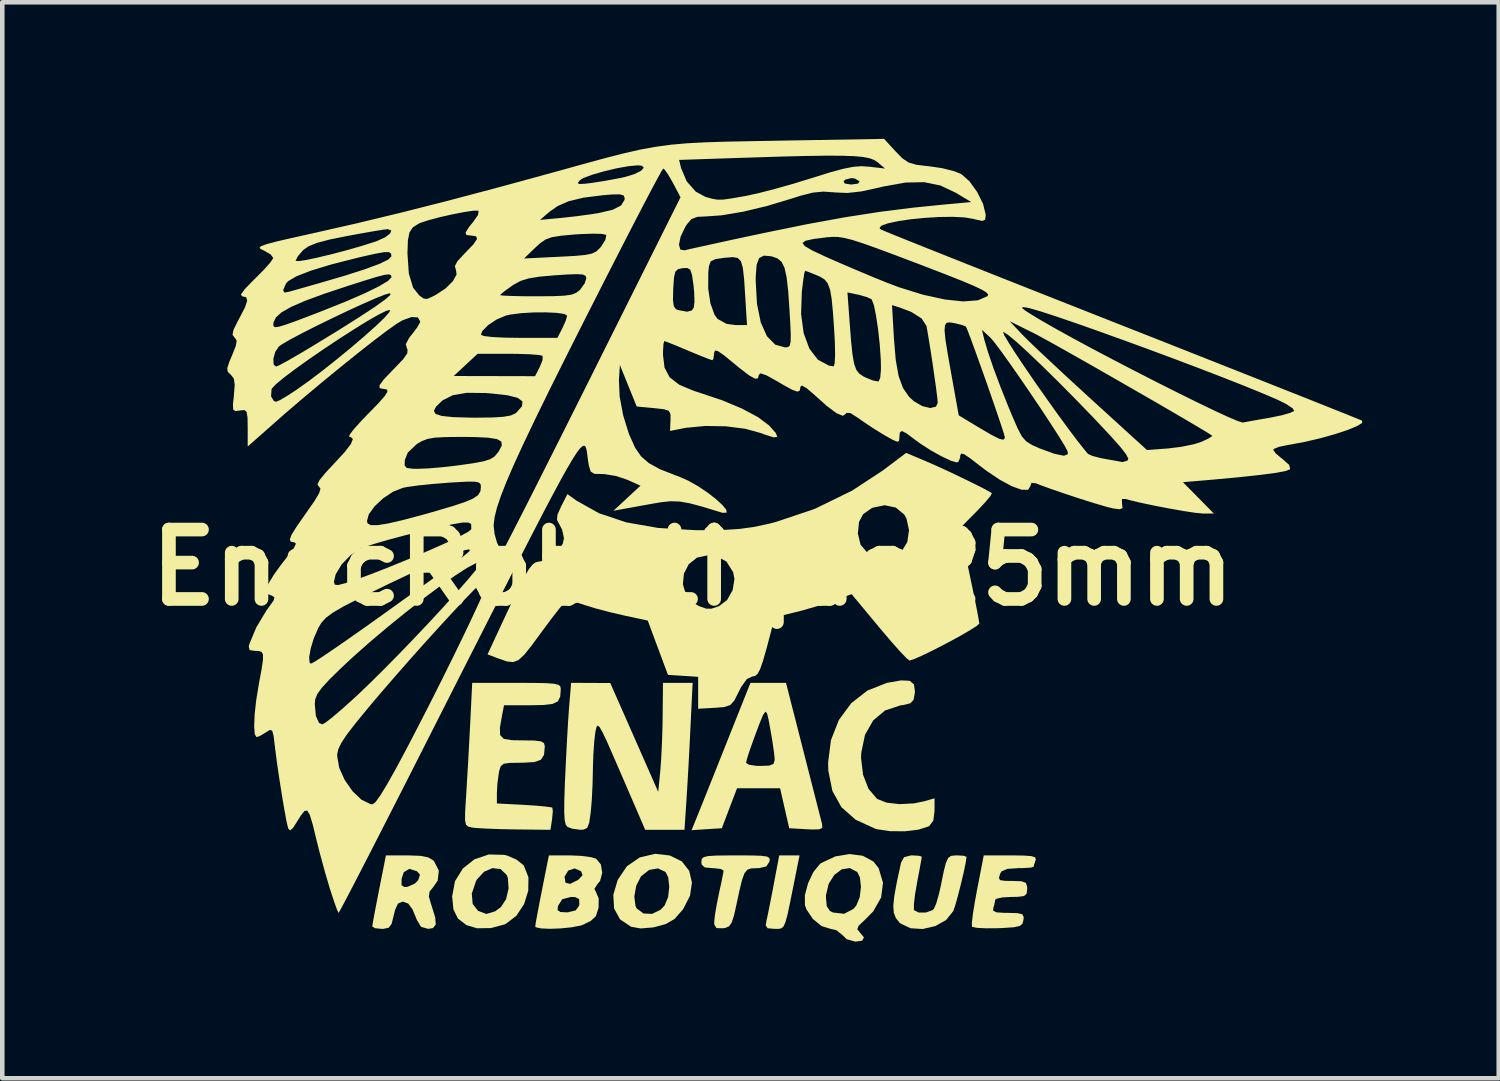
<source format=kicad_pcb>
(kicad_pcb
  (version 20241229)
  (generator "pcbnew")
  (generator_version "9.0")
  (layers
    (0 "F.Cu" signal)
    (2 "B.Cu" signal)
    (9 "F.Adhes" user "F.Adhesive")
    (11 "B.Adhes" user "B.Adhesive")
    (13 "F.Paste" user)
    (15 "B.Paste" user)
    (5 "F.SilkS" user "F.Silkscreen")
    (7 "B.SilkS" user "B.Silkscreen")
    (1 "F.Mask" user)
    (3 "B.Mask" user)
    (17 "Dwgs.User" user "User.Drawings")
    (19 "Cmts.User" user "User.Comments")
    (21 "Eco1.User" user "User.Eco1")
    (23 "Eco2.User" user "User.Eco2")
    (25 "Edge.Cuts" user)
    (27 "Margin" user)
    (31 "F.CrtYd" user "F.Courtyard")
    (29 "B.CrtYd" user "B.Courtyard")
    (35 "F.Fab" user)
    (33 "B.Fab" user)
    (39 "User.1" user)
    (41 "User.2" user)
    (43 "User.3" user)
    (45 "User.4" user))
  (footprint "EnacRobotique25mm"
    (layer "F.Cu")
    (at 14.388 8.79)
    (property "Reference" "EnacRobotique25mm" (at -2.225 0.625 0) (layer "F.SilkS") (effects (font (size 1.524 1.524) (thickness 0.3))))
    (attr board_only exclude_from_pos_files exclude_from_bom)
    (fp_poly (pts (xy -0.008 7.595) (xy -0.085 7.977) (xy -0.141 8.242) (xy -0.187 8.412) (xy -0.23 8.508) (xy -0.28 8.55) (xy -0.347 8.561) (xy -0.43 8.56) (xy -0.578 8.547) (xy -0.621 8.486) (xy -0.608 8.402) (xy -0.579 8.265) (xy -0.531 8.03) (xy -0.474 7.739) (xy -0.447 7.595) (xy -0.324 6.946) (xy 0.122 6.946)) (stroke (width 0) (type solid)) (fill yes) (layer "F.SilkS"))
    (fp_poly (pts (xy -2.725 6.949) (xy -2.463 7.079) (xy -2.301 7.286) (xy -2.241 7.545) (xy -2.284 7.833) (xy -2.433 8.126) (xy -2.622 8.342) (xy -2.818 8.455) (xy -3.086 8.528) (xy -3.364 8.551) (xy -3.578 8.514) (xy -3.819 8.352) (xy -3.951 8.113) (xy -3.966 7.85) (xy -3.507 7.85) (xy -3.481 8.057) (xy -3.455 8.111) (xy -3.308 8.222) (xy -3.117 8.231) (xy -2.93 8.141) (xy -2.84 8.045) (xy -2.766 7.864) (xy -2.739 7.638) (xy -2.762 7.43) (xy -2.821 7.311) (xy -2.987 7.232) (xy -3.181 7.266) (xy -3.358 7.405) (xy -3.363 7.412) (xy -3.465 7.614) (xy -3.507 7.85) (xy -3.966 7.85) (xy -3.968 7.813) (xy -3.872 7.486) (xy -3.67 7.185) (xy -3.387 6.991) (xy -3.049 6.912)) (stroke (width 0) (type solid)) (fill yes) (layer "F.SilkS"))
    (fp_poly (pts (xy -6.36 6.935) (xy -6.297 6.951) (xy -6.096 7.038) (xy -5.944 7.159) (xy -5.931 7.175) (xy -5.832 7.429) (xy -5.836 7.723) (xy -5.928 8.017) (xy -6.097 8.273) (xy -6.328 8.449) (xy -6.358 8.463) (xy -6.66 8.543) (xy -6.962 8.547) (xy -7.192 8.479) (xy -7.381 8.334) (xy -7.479 8.135) (xy -7.508 7.848) (xy -7.496 7.785) (xy -7.076 7.785) (xy -7.057 8.013) (xy -6.938 8.165) (xy -6.755 8.233) (xy -6.562 8.174) (xy -6.439 8.084) (xy -6.323 7.908) (xy -6.268 7.671) (xy -6.284 7.442) (xy -6.311 7.375) (xy -6.444 7.247) (xy -6.621 7.226) (xy -6.806 7.305) (xy -6.963 7.475) (xy -6.984 7.513) (xy -7.076 7.785) (xy -7.496 7.785) (xy -7.445 7.512) (xy -7.272 7.234) (xy -7.017 7.032) (xy -6.704 6.926)) (stroke (width 0) (type solid)) (fill yes) (layer "F.SilkS"))
    (fp_poly (pts (xy -0.935 6.948) (xy -0.717 6.955) (xy -0.593 6.972) (xy -0.54 7.004) (xy -0.534 7.055) (xy -0.541 7.087) (xy -0.608 7.189) (xy -0.762 7.226) (xy -0.817 7.227) (xy -0.939 7.232) (xy -1.025 7.261) (xy -1.088 7.34) (xy -1.143 7.491) (xy -1.202 7.739) (xy -1.255 7.986) (xy -1.315 8.257) (xy -1.367 8.42) (xy -1.425 8.504) (xy -1.507 8.539) (xy -1.561 8.547) (xy -1.701 8.544) (xy -1.749 8.469) (xy -1.752 8.407) (xy -1.736 8.255) (xy -1.696 8.02) (xy -1.649 7.788) (xy -1.597 7.549) (xy -1.56 7.365) (xy -1.546 7.28) (xy -1.606 7.245) (xy -1.757 7.228) (xy -1.789 7.227) (xy -1.958 7.211) (xy -2.027 7.15) (xy -2.035 7.087) (xy -2.026 7.025) (xy -1.983 6.985) (xy -1.881 6.961) (xy -1.697 6.95) (xy -1.405 6.947) (xy -1.27 6.946)) (stroke (width 0) (type solid)) (fill yes) (layer "F.SilkS"))
    (fp_poly (pts (xy 2.54 3.112) (xy 2.635 3.19) (xy 2.656 3.344) (xy 2.653 3.385) (xy 2.626 3.531) (xy 2.555 3.606) (xy 2.398 3.644) (xy 2.334 3.653) (xy 2.001 3.763) (xy 1.739 3.983) (xy 1.56 4.297) (xy 1.478 4.689) (xy 1.473 4.806) (xy 1.517 5.175) (xy 1.637 5.485) (xy 1.82 5.7) (xy 1.833 5.709) (xy 2.036 5.789) (xy 2.321 5.821) (xy 2.637 5.804) (xy 2.86 5.758) (xy 3.087 5.693) (xy 3.087 5.967) (xy 3.06 6.183) (xy 2.971 6.301) (xy 2.954 6.311) (xy 2.732 6.382) (xy 2.432 6.417) (xy 2.112 6.415) (xy 1.829 6.373) (xy 1.778 6.358) (xy 1.352 6.162) (xy 1.041 5.887) (xy 0.843 5.53) (xy 0.754 5.085) (xy 0.749 4.91) (xy 0.812 4.414) (xy 0.986 3.972) (xy 1.258 3.603) (xy 1.613 3.326) (xy 2.039 3.158) (xy 2.055 3.155) (xy 2.353 3.103)) (stroke (width 0) (type solid)) (fill yes) (layer "F.SilkS"))
    (fp_poly (pts (xy 1.512 6.955) (xy 1.744 7.081) (xy 1.859 7.226) (xy 1.955 7.549) (xy 1.914 7.87) (xy 1.74 8.177) (xy 1.549 8.37) (xy 1.419 8.492) (xy 1.39 8.569) (xy 1.441 8.632) (xy 1.536 8.747) (xy 1.498 8.819) (xy 1.35 8.841) (xy 1.156 8.787) (xy 1.069 8.701) (xy 0.928 8.587) (xy 0.803 8.56) (xy 0.606 8.499) (xy 0.416 8.344) (xy 0.275 8.135) (xy 0.24 8.037) (xy 0.239 7.87) (xy 0.702 7.87) (xy 0.72 8.064) (xy 0.788 8.166) (xy 0.857 8.201) (xy 1.1 8.229) (xy 1.303 8.124) (xy 1.37 8.045) (xy 1.444 7.864) (xy 1.471 7.638) (xy 1.448 7.43) (xy 1.389 7.311) (xy 1.224 7.225) (xy 1.048 7.253) (xy 0.885 7.375) (xy 0.762 7.571) (xy 0.703 7.819) (xy 0.702 7.87) (xy 0.239 7.87) (xy 0.239 7.82) (xy 0.309 7.559) (xy 0.426 7.311) (xy 0.57 7.135) (xy 0.595 7.116) (xy 0.905 6.97) (xy 1.221 6.917)) (stroke (width 0) (type solid)) (fill yes) (layer "F.SilkS"))
    (fp_poly (pts (xy 3.729 6.955) (xy 3.789 6.977) (xy 3.772 7.104) (xy 3.727 7.32) (xy 3.665 7.581) (xy 3.599 7.841) (xy 3.538 8.055) (xy 3.498 8.17) (xy 3.341 8.365) (xy 3.104 8.499) (xy 2.829 8.563) (xy 2.561 8.547) (xy 2.341 8.443) (xy 2.315 8.42) (xy 2.238 8.324) (xy 2.193 8.21) (xy 2.181 8.054) (xy 2.204 7.833) (xy 2.261 7.523) (xy 2.352 7.104) (xy 2.418 6.986) (xy 2.566 6.947) (xy 2.597 6.946) (xy 2.745 6.955) (xy 2.807 6.975) (xy 2.807 6.975) (xy 2.794 7.053) (xy 2.762 7.233) (xy 2.715 7.481) (xy 2.703 7.546) (xy 2.658 7.809) (xy 2.634 8.019) (xy 2.633 8.138) (xy 2.637 8.149) (xy 2.739 8.202) (xy 2.897 8.201) (xy 3.038 8.151) (xy 3.071 8.122) (xy 3.122 8.009) (xy 3.181 7.806) (xy 3.225 7.613) (xy 3.287 7.306) (xy 3.336 7.112) (xy 3.385 7.004) (xy 3.449 6.958) (xy 3.542 6.947) (xy 3.583 6.946)) (stroke (width 0) (type solid)) (fill yes) (layer "F.SilkS"))
    (fp_poly (pts (xy -8.211 6.956) (xy -8.033 6.99) (xy -7.922 7.057) (xy -7.905 7.075) (xy -7.8 7.281) (xy -7.825 7.499) (xy -7.923 7.642) (xy -8.004 7.742) (xy -8.019 7.848) (xy -7.971 8.016) (xy -7.961 8.045) (xy -7.88 8.307) (xy -7.868 8.466) (xy -7.929 8.543) (xy -8.036 8.56) (xy -8.19 8.516) (xy -8.281 8.367) (xy -8.379 8.131) (xy -8.472 8.005) (xy -8.583 7.964) (xy -8.601 7.964) (xy -8.697 8.004) (xy -8.762 8.144) (xy -8.79 8.262) (xy -8.837 8.45) (xy -8.902 8.536) (xy -9.019 8.56) (xy -9.056 8.56) (xy -9.202 8.545) (xy -9.262 8.508) (xy -9.249 8.421) (xy -9.214 8.228) (xy -9.162 7.957) (xy -9.112 7.701) (xy -9.092 7.601) (xy -8.619 7.601) (xy -8.555 7.642) (xy -8.485 7.636) (xy -8.325 7.564) (xy -8.252 7.488) (xy -8.214 7.371) (xy -8.28 7.295) (xy -8.449 7.242) (xy -8.57 7.316) (xy -8.618 7.461) (xy -8.619 7.601) (xy -9.092 7.601) (xy -8.962 6.946) (xy -8.491 6.946)) (stroke (width 0) (type solid)) (fill yes) (layer "F.SilkS"))
    (fp_poly (pts (xy -0.566 3.158) (xy -0.175 3.158) (xy 0.206 4.649) (xy 0.319 5.092) (xy 0.422 5.495) (xy 0.509 5.835) (xy 0.574 6.091) (xy 0.612 6.241) (xy 0.618 6.266) (xy 0.621 6.339) (xy 0.561 6.373) (xy 0.41 6.378) (xy 0.272 6.372) (xy -0.105 6.35) (xy -0.305 5.473) (xy -1.251 5.473) (xy -1.418 5.911) (xy -1.585 6.35) (xy -1.918 6.371) (xy -2.25 6.393) (xy -2.155 6.161) (xy -2.101 6.027) (xy -2.004 5.786) (xy -1.874 5.461) (xy -1.72 5.076) (xy -1.656 4.914) (xy -1.052 4.914) (xy -0.99 4.955) (xy -0.831 4.979) (xy -0.737 4.982) (xy -0.542 4.974) (xy -0.45 4.938) (xy -0.425 4.856) (xy -0.425 4.824) (xy -0.44 4.676) (xy -0.474 4.442) (xy -0.52 4.175) (xy -0.56 3.954) (xy -0.593 3.824) (xy -0.629 3.79) (xy -0.679 3.862) (xy -0.756 4.047) (xy -0.87 4.353) (xy -0.902 4.441) (xy -0.982 4.666) (xy -1.036 4.839) (xy -1.052 4.914) (xy -1.656 4.914) (xy -1.552 4.654) (xy -1.508 4.543) (xy -0.956 3.157)) (stroke (width 0) (type solid)) (fill yes) (layer "F.SilkS"))
    (fp_poly (pts (xy -2.273 4.122) (xy -2.294 4.551) (xy -2.318 5) (xy -2.342 5.415) (xy -2.362 5.736) (xy -2.405 6.385) (xy -3.268 6.385) (xy -3.79 5.175) (xy -3.973 4.754) (xy -4.107 4.448) (xy -4.203 4.246) (xy -4.267 4.132) (xy -4.308 4.095) (xy -4.335 4.121) (xy -4.354 4.197) (xy -4.363 4.245) (xy -4.388 4.455) (xy -4.407 4.745) (xy -4.417 5.057) (xy -4.417 5.087) (xy -4.425 5.416) (xy -4.442 5.747) (xy -4.465 6.009) (xy -4.466 6.017) (xy -4.498 6.232) (xy -4.541 6.341) (xy -4.617 6.38) (xy -4.693 6.384) (xy -4.871 6.36) (xy -4.974 6.321) (xy -5.012 6.273) (xy -5.036 6.171) (xy -5.046 5.995) (xy -5.044 5.726) (xy -5.031 5.342) (xy -5.025 5.217) (xy -5.005 4.797) (xy -4.983 4.378) (xy -4.961 4.003) (xy -4.941 3.715) (xy -4.937 3.666) (xy -4.895 3.157) (xy -4.465 3.159) (xy -4.035 3.161) (xy -3.508 4.356) (xy -2.982 5.551) (xy -2.938 5.109) (xy -2.918 4.842) (xy -2.9 4.492) (xy -2.888 4.113) (xy -2.885 3.912) (xy -2.877 3.157) (xy -2.226 3.157)) (stroke (width 0) (type solid)) (fill yes) (layer "F.SilkS"))
    (fp_poly (pts (xy 5.046 6.95) (xy 5.218 6.963) (xy 5.299 6.991) (xy 5.311 7.038) (xy 5.305 7.057) (xy 5.268 7.169) (xy 5.262 7.198) (xy 5.199 7.215) (xy 5.038 7.225) (xy 4.919 7.227) (xy 4.684 7.243) (xy 4.561 7.296) (xy 4.533 7.338) (xy 4.501 7.44) (xy 4.525 7.49) (xy 4.637 7.506) (xy 4.806 7.508) (xy 5.001 7.515) (xy 5.094 7.551) (xy 5.121 7.636) (xy 5.122 7.683) (xy 5.111 7.787) (xy 5.053 7.839) (xy 4.912 7.857) (xy 4.771 7.859) (xy 4.571 7.87) (xy 4.444 7.9) (xy 4.42 7.923) (xy 4.397 8.041) (xy 4.378 8.098) (xy 4.375 8.164) (xy 4.45 8.198) (xy 4.63 8.209) (xy 4.698 8.209) (xy 4.91 8.215) (xy 5.015 8.24) (xy 5.045 8.301) (xy 5.039 8.367) (xy 5.017 8.448) (xy 4.957 8.497) (xy 4.83 8.525) (xy 4.606 8.54) (xy 4.479 8.546) (xy 4.219 8.548) (xy 4.018 8.538) (xy 3.914 8.516) (xy 3.908 8.51) (xy 3.907 8.423) (xy 3.93 8.228) (xy 3.974 7.958) (xy 4.021 7.701) (xy 4.168 6.946) (xy 4.758 6.946)) (stroke (width 0) (type solid)) (fill yes) (layer "F.SilkS"))
    (fp_poly (pts (xy -4.674 6.957) (xy -4.457 6.986) (xy -4.346 7.019) (xy -4.242 7.144) (xy -4.211 7.327) (xy -4.258 7.506) (xy -4.318 7.58) (xy -4.384 7.682) (xy -4.353 7.743) (xy -4.29 7.89) (xy -4.291 8.095) (xy -4.351 8.281) (xy -4.463 8.386) (xy -4.646 8.475) (xy -4.684 8.487) (xy -4.883 8.526) (xy -5.12 8.55) (xy -5.357 8.559) (xy -5.553 8.551) (xy -5.668 8.526) (xy -5.683 8.508) (xy -5.671 8.421) (xy -5.635 8.228) (xy -5.62 8.149) (xy -5.192 8.149) (xy -5.132 8.19) (xy -4.983 8.198) (xy -4.964 8.196) (xy -4.794 8.154) (xy -4.721 8.055) (xy -4.714 8.016) (xy -4.72 7.904) (xy -4.808 7.862) (xy -4.899 7.859) (xy -5.091 7.91) (xy -5.184 8.06) (xy -5.192 8.149) (xy -5.62 8.149) (xy -5.584 7.957) (xy -5.533 7.701) (xy -5.478 7.421) (xy -5.039 7.421) (xy -5.018 7.548) (xy -4.916 7.572) (xy -4.749 7.489) (xy -4.732 7.477) (xy -4.643 7.381) (xy -4.676 7.296) (xy -4.676 7.295) (xy -4.816 7.233) (xy -4.956 7.278) (xy -5.037 7.41) (xy -5.039 7.421) (xy -5.478 7.421) (xy -5.383 6.946) (xy -4.932 6.946)) (stroke (width 0) (type solid)) (fill yes) (layer "F.SilkS"))
    (fp_poly (pts (xy -5.708 3.159) (xy -5.44 3.164) (xy -5.269 3.177) (xy -5.173 3.2) (xy -5.131 3.237) (xy -5.122 3.29) (xy -5.122 3.292) (xy -5.134 3.458) (xy -5.185 3.563) (xy -5.303 3.62) (xy -5.512 3.644) (xy -5.787 3.649) (xy -6.368 3.649) (xy -6.411 3.868) (xy -6.459 4.141) (xy -6.454 4.305) (xy -6.372 4.388) (xy -6.192 4.417) (xy -5.964 4.42) (xy -5.705 4.424) (xy -5.557 4.442) (xy -5.49 4.481) (xy -5.473 4.551) (xy -5.473 4.555) (xy -5.49 4.738) (xy -5.558 4.846) (xy -5.707 4.897) (xy -5.964 4.912) (xy -5.998 4.912) (xy -6.238 4.915) (xy -6.374 4.934) (xy -6.44 4.987) (xy -6.473 5.088) (xy -6.482 5.131) (xy -6.514 5.371) (xy -6.525 5.578) (xy -6.525 5.806) (xy -5.93 5.837) (xy -5.656 5.855) (xy -5.442 5.875) (xy -5.321 5.893) (xy -5.307 5.899) (xy -5.297 5.982) (xy -5.312 6.142) (xy -5.314 6.157) (xy -5.349 6.385) (xy -6.13 6.376) (xy -6.464 6.369) (xy -6.76 6.358) (xy -6.981 6.345) (xy -7.078 6.334) (xy -7.156 6.314) (xy -7.203 6.272) (xy -7.224 6.179) (xy -7.223 6.007) (xy -7.207 5.729) (xy -7.202 5.66) (xy -7.182 5.327) (xy -7.157 4.909) (xy -7.133 4.463) (xy -7.113 4.087) (xy -7.067 3.157) (xy -6.095 3.157)) (stroke (width 0) (type solid)) (fill yes) (layer "F.SilkS"))
    (fp_poly (pts (xy 2.898 -1.71) (xy 3.126 -1.61) (xy 3.399 -1.485) (xy 3.686 -1.348) (xy 3.956 -1.216) (xy 4.176 -1.105) (xy 4.316 -1.028) (xy 4.346 -1.007) (xy 4.316 -0.948) (xy 4.207 -0.817) (xy 4.042 -0.64) (xy 4.01 -0.607) (xy 3.643 -0.236) (xy 3.856 0.77) (xy 3.932 1.132) (xy 3.996 1.447) (xy 4.043 1.689) (xy 4.067 1.831) (xy 4.07 1.854) (xy 4.011 1.909) (xy 3.856 2.007) (xy 3.633 2.136) (xy 3.372 2.277) (xy 3.103 2.417) (xy 2.856 2.538) (xy 2.659 2.627) (xy 2.543 2.666) (xy 2.535 2.666) (xy 2.471 2.615) (xy 2.336 2.475) (xy 2.15 2.266) (xy 1.929 2.007) (xy 1.871 1.938) (xy 1.266 1.209) (xy 0.826 1.368) (xy 0.515 1.471) (xy 0.18 1.568) (xy -0.018 1.617) (xy -0.245 1.673) (xy -0.374 1.732) (xy -0.444 1.826) (xy -0.493 1.984) (xy -0.495 1.993) (xy -0.599 2.39) (xy -0.679 2.669) (xy -0.742 2.852) (xy -0.798 2.958) (xy -0.854 3.006) (xy -0.915 3.017) (xy -1.035 3.073) (xy -1.16 3.248) (xy -1.212 3.35) (xy -1.31 3.545) (xy -1.401 3.646) (xy -1.535 3.689) (xy -1.737 3.705) (xy -2.105 3.726) (xy -2.105 3.025) (xy -2.437 3.003) (xy -2.768 2.982) (xy -2.99 2.386) (xy -3.212 1.789) (xy -3.733 1.677) (xy -4.047 1.604) (xy -4.361 1.521) (xy -4.595 1.449) (xy -4.798 1.383) (xy -4.943 1.341) (xy -4.982 1.333) (xy -5.038 1.387) (xy -5.159 1.532) (xy -5.327 1.749) (xy -5.525 2.015) (xy -5.543 2.039) (xy -5.763 2.339) (xy -5.925 2.541) (xy -6.051 2.657) (xy -6.168 2.701) (xy -6.299 2.688) (xy -6.47 2.63) (xy -6.555 2.598) (xy -6.73 2.532) (xy -6.428 1.88) (xy -6.214 1.423) (xy -6.049 1.079) (xy -6.003 0.989) (xy -2.44 0.989) (xy -2.375 1.214) (xy -2.216 1.398) (xy -2.08 1.474) (xy -1.927 1.528) (xy -1.812 1.528) (xy -1.652 1.475) (xy -1.65 1.474) (xy -1.469 1.338) (xy -1.347 1.12) (xy -1.308 0.875) (xy -1.336 0.728) (xy -1.483 0.493) (xy -1.705 0.373) (xy -1.88 0.353) (xy -2.131 0.407) (xy -2.312 0.553) (xy -2.417 0.758) (xy -2.44 0.989) (xy -6.003 0.989) (xy -5.923 0.831) (xy -5.825 0.664) (xy -5.746 0.563) (xy -5.677 0.511) (xy -5.607 0.493) (xy -5.574 0.491) (xy -5.38 0.432) (xy -5.198 0.286) (xy -5.077 0.099) (xy -5.052 -0.018) (xy -5.074 -0.122) (xy 1.403 -0.122) (xy 1.463 0.125) (xy 1.618 0.306) (xy 1.834 0.408) (xy 2.076 0.415) (xy 2.309 0.314) (xy 2.364 0.268) (xy 2.489 0.064) (xy 2.526 -0.195) (xy 2.471 -0.45) (xy 2.421 -0.54) (xy 2.236 -0.692) (xy 1.991 -0.744) (xy 1.731 -0.69) (xy 1.698 -0.674) (xy 1.518 -0.547) (xy 1.428 -0.378) (xy 1.403 -0.122) (xy -5.074 -0.122) (xy -5.094 -0.211) (xy -5.15 -0.318) (xy -5.205 -0.422) (xy -5.195 -0.536) (xy -5.116 -0.713) (xy -5.113 -0.72) (xy -4.976 -0.988) (xy -4.772 -0.842) (xy -4.28 -0.567) (xy -3.685 -0.368) (xy -2.982 -0.245) (xy -2.165 -0.196) (xy -2 -0.195) (xy -1.555 -0.201) (xy -1.201 -0.223) (xy -0.886 -0.266) (xy -0.561 -0.335) (xy -0.406 -0.374) (xy 0.455 -0.663) (xy 1.277 -1.065) (xy 1.951 -1.507) (xy 2.463 -1.893)) (stroke (width 0) (type solid)) (fill yes) (layer "F.SilkS"))
    (fp_poly (pts (xy 2.235 -8.511) (xy 2.384 -8.36) (xy 2.517 -8.271) (xy 2.684 -8.222) (xy 2.936 -8.191) (xy 2.972 -8.188) (xy 3.256 -8.146) (xy 3.515 -8.081) (xy 3.674 -8.017) (xy 3.852 -7.861) (xy 4.022 -7.625) (xy 4.152 -7.364) (xy 4.209 -7.132) (xy 4.21 -7.113) (xy 4.199 -7.016) (xy 4.139 -6.988) (xy 3.993 -7.018) (xy 3.947 -7.031) (xy 3.746 -7.065) (xy 3.483 -7.078) (xy 3.18 -7.074) (xy 2.863 -7.054) (xy 2.553 -7.023) (xy 2.276 -6.981) (xy 2.056 -6.933) (xy 1.915 -6.881) (xy 1.878 -6.827) (xy 1.909 -6.8) (xy 1.99 -6.765) (xy 2.192 -6.682) (xy 2.504 -6.556) (xy 2.917 -6.391) (xy 3.42 -6.191) (xy 4.003 -5.959) (xy 4.656 -5.7) (xy 5.369 -5.418) (xy 6.131 -5.117) (xy 6.934 -4.8) (xy 7.202 -4.694) (xy 8.015 -4.374) (xy 8.791 -4.067) (xy 9.52 -3.779) (xy 10.192 -3.513) (xy 10.797 -3.273) (xy 11.325 -3.064) (xy 11.766 -2.888) (xy 12.109 -2.751) (xy 12.346 -2.655) (xy 12.466 -2.606) (xy 12.478 -2.6) (xy 12.478 -2.551) (xy 12.364 -2.481) (xy 12.16 -2.397) (xy 11.888 -2.307) (xy 11.571 -2.218) (xy 11.233 -2.138) (xy 10.897 -2.075) (xy 10.845 -2.067) (xy 10.655 -2.027) (xy 10.541 -1.982) (xy 10.525 -1.961) (xy 10.577 -1.887) (xy 10.705 -1.776) (xy 10.741 -1.75) (xy 10.876 -1.628) (xy 10.898 -1.54) (xy 10.891 -1.531) (xy 10.797 -1.495) (xy 10.58 -1.454) (xy 10.237 -1.409) (xy 9.763 -1.358) (xy 9.154 -1.302) (xy 9.025 -1.291) (xy 8.543 -1.25) (xy 8.882 -0.906) (xy 9.222 -0.561) (xy 8.979 -0.562) (xy 8.817 -0.577) (xy 8.559 -0.616) (xy 8.245 -0.671) (xy 7.914 -0.735) (xy 7.607 -0.8) (xy 7.365 -0.858) (xy 7.286 -0.881) (xy 7.202 -0.881) (xy 7.204 -0.781) (xy 7.206 -0.775) (xy 7.216 -0.681) (xy 7.154 -0.655) (xy 7.007 -0.674) (xy 6.851 -0.713) (xy 6.6 -0.787) (xy 6.294 -0.883) (xy 5.97 -0.99) (xy 5.666 -1.094) (xy 5.42 -1.183) (xy 5.315 -1.225) (xy 5.215 -1.236) (xy 5.192 -1.164) (xy 5.141 -1.083) (xy 5 -1.084) (xy 4.787 -1.16) (xy 4.52 -1.304) (xy 4.218 -1.507) (xy 4.083 -1.61) (xy 3.867 -1.777) (xy 3.738 -1.864) (xy 3.673 -1.88) (xy 3.65 -1.834) (xy 3.649 -1.789) (xy 3.609 -1.696) (xy 3.576 -1.684) (xy 3.446 -1.721) (xy 3.243 -1.817) (xy 3.005 -1.949) (xy 2.775 -2.097) (xy 2.656 -2.184) (xy 2.471 -2.323) (xy 2.368 -2.374) (xy 2.324 -2.34) (xy 2.315 -2.239) (xy 2.309 -2.159) (xy 2.268 -2.138) (xy 2.165 -2.182) (xy 1.982 -2.285) (xy 1.737 -2.436) (xy 1.498 -2.596) (xy 1.409 -2.66) (xy 1.238 -2.769) (xy 1.151 -2.772) (xy 1.14 -2.754) (xy 1.074 -2.708) (xy 0.936 -2.764) (xy 0.721 -2.924) (xy 0.478 -3.142) (xy 0.283 -3.311) (xy 0.172 -3.374) (xy 0.14 -3.342) (xy 0.128 -3.262) (xy 0.075 -3.239) (xy -0.041 -3.28) (xy -0.241 -3.39) (xy -0.372 -3.468) (xy -0.603 -3.596) (xy -0.733 -3.641) (xy -0.772 -3.608) (xy -0.791 -3.53) (xy -0.858 -3.524) (xy -0.988 -3.598) (xy -1.197 -3.758) (xy -1.327 -3.865) (xy -1.54 -4.039) (xy -1.669 -4.128) (xy -1.734 -4.142) (xy -1.754 -4.092) (xy -1.754 -4.076) (xy -1.77 -3.958) (xy -1.793 -3.929) (xy -1.872 -3.955) (xy -2.045 -4.023) (xy -2.278 -4.119) (xy -2.327 -4.14) (xy -2.565 -4.24) (xy -2.749 -4.314) (xy -2.844 -4.349) (xy -2.849 -4.35) (xy -2.866 -4.288) (xy -2.876 -4.13) (xy -2.877 -4.044) (xy -2.843 -3.766) (xy -2.731 -3.554) (xy -2.52 -3.39) (xy -2.192 -3.253) (xy -2.083 -3.218) (xy -1.58 -3.05) (xy -1.141 -2.866) (xy -0.789 -2.678) (xy -0.551 -2.499) (xy -0.544 -2.492) (xy -0.399 -2.329) (xy -0.366 -2.244) (xy -0.449 -2.235) (xy -0.65 -2.299) (xy -0.719 -2.326) (xy -1.065 -2.422) (xy -1.492 -2.477) (xy -1.944 -2.485) (xy -2.368 -2.445) (xy -2.432 -2.433) (xy -2.723 -2.376) (xy -2.712 -2.609) (xy -2.712 -2.743) (xy -2.75 -2.817) (xy -2.86 -2.853) (xy -3.076 -2.877) (xy -3.078 -2.877) (xy -3.454 -2.912) (xy -3.824 -3.824) (xy -3.845 -3.49) (xy -3.829 -3.131) (xy -3.751 -2.716) (xy -3.624 -2.307) (xy -3.488 -2.004) (xy -3.36 -1.819) (xy -3.187 -1.668) (xy -2.941 -1.534) (xy -2.591 -1.396) (xy -2.526 -1.373) (xy -2.324 -1.285) (xy -2.11 -1.164) (xy -1.903 -1.025) (xy -1.718 -0.882) (xy -1.574 -0.75) (xy -1.488 -0.646) (xy -1.477 -0.583) (xy -1.559 -0.576) (xy -1.622 -0.593) (xy -2.004 -0.71) (xy -2.288 -0.786) (xy -2.511 -0.825) (xy -2.706 -0.832) (xy -2.911 -0.811) (xy -3.066 -0.785) (xy -3.344 -0.735) (xy -3.597 -0.689) (xy -3.754 -0.661) (xy -3.964 -0.623) (xy -3.668 -0.898) (xy -3.372 -1.173) (xy -3.663 -1.304) (xy -3.909 -1.386) (xy -4.16 -1.427) (xy -4.215 -1.429) (xy -4.382 -1.433) (xy -4.465 -1.483) (xy -4.506 -1.618) (xy -4.521 -1.711) (xy -4.535 -1.811) (xy -4.546 -1.902) (xy -4.56 -1.977) (xy -4.578 -2.029) (xy -4.606 -2.053) (xy -4.645 -2.042) (xy -4.7 -1.991) (xy -4.774 -1.894) (xy -4.87 -1.743) (xy -4.993 -1.534) (xy -5.145 -1.26) (xy -5.33 -0.915) (xy -5.552 -0.492) (xy -5.813 0.014) (xy -6.118 0.609) (xy -6.471 1.3) (xy -6.873 2.093) (xy -7.33 2.993) (xy -7.844 4.007) (xy -8.311 4.929) (xy -8.63 5.557) (xy -8.93 6.145) (xy -9.205 6.683) (xy -9.448 7.157) (xy -9.655 7.558) (xy -9.819 7.873) (xy -9.934 8.09) (xy -9.994 8.199) (xy -10.001 8.209) (xy -10.033 8.147) (xy -10.093 7.983) (xy -10.171 7.747) (xy -10.197 7.666) (xy -10.301 7.312) (xy -10.408 6.92) (xy -10.49 6.596) (xy -10.571 6.264) (xy -10.634 6.057) (xy -10.69 5.963) (xy -10.751 5.971) (xy -10.828 6.067) (xy -10.894 6.173) (xy -11.002 6.342) (xy -11.067 6.399) (xy -11.105 6.36) (xy -11.112 6.34) (xy -11.146 6.196) (xy -11.192 5.947) (xy -11.245 5.632) (xy -11.3 5.285) (xy -11.351 4.942) (xy -11.374 4.765) (xy -10.033 4.765) (xy -9.988 5.023) (xy -9.867 5.291) (xy -9.696 5.536) (xy -9.5 5.723) (xy -9.306 5.818) (xy -9.254 5.824) (xy -9.19 5.775) (xy -9.082 5.626) (xy -8.927 5.37) (xy -8.722 5.003) (xy -8.463 4.517) (xy -8.258 4.122) (xy -7.99 3.6) (xy -7.73 3.082) (xy -7.484 2.585) (xy -7.26 2.125) (xy -7.066 1.718) (xy -6.91 1.381) (xy -6.8 1.128) (xy -6.742 0.977) (xy -6.736 0.947) (xy -6.789 0.913) (xy -6.801 0.912) (xy -6.87 0.963) (xy -7.017 1.104) (xy -7.228 1.322) (xy -7.49 1.601) (xy -7.789 1.926) (xy -8.112 2.282) (xy -8.444 2.654) (xy -8.772 3.028) (xy -9.082 3.387) (xy -9.361 3.717) (xy -9.362 3.719) (xy -9.631 4.047) (xy -9.82 4.292) (xy -9.94 4.473) (xy -10.007 4.611) (xy -10.032 4.727) (xy -10.033 4.765) (xy -11.374 4.765) (xy -11.391 4.639) (xy -11.402 4.543) (xy -11.43 4.318) (xy -11.459 4.209) (xy -11.507 4.19) (xy -11.588 4.237) (xy -11.598 4.245) (xy -11.731 4.324) (xy -11.803 4.35) (xy -11.843 4.286) (xy -11.856 4.11) (xy -11.845 3.85) (xy -11.82 3.617) (xy -10.525 3.617) (xy -10.501 3.883) (xy -10.432 4.037) (xy -10.359 4.07) (xy -10.28 4.024) (xy -10.121 3.899) (xy -9.904 3.713) (xy -9.649 3.483) (xy -9.581 3.421) (xy -9.304 3.155) (xy -8.993 2.847) (xy -8.661 2.51) (xy -8.323 2.158) (xy -7.991 1.807) (xy -7.679 1.469) (xy -7.4 1.161) (xy -7.167 0.895) (xy -6.994 0.688) (xy -6.893 0.552) (xy -6.878 0.502) (xy -6.985 0.528) (xy -7.181 0.633) (xy -7.451 0.807) (xy -7.777 1.036) (xy -8.143 1.309) (xy -8.533 1.613) (xy -8.931 1.936) (xy -9.321 2.266) (xy -9.687 2.59) (xy -9.941 2.827) (xy -10.2 3.081) (xy -10.37 3.265) (xy -10.469 3.403) (xy -10.515 3.519) (xy -10.525 3.617) (xy -11.82 3.617) (xy -11.81 3.533) (xy -11.753 3.184) (xy -11.753 3.181) (xy -11.693 2.859) (xy -11.662 2.65) (xy -11.662 2.596) (xy -10.648 2.596) (xy -10.638 2.715) (xy -10.608 2.736) (xy -10.534 2.697) (xy -10.361 2.586) (xy -10.107 2.414) (xy -9.785 2.191) (xy -9.412 1.929) (xy -9.004 1.638) (xy -9.004 1.638) (xy -8.483 1.264) (xy -8.066 0.965) (xy -7.741 0.73) (xy -7.498 0.553) (xy -7.324 0.425) (xy -7.211 0.337) (xy -7.146 0.282) (xy -7.12 0.251) (xy -7.12 0.236) (xy -7.137 0.229) (xy -7.147 0.226) (xy -7.238 0.245) (xy -7.436 0.32) (xy -7.723 0.441) (xy -8.081 0.6) (xy -8.492 0.79) (xy -8.937 1.001) (xy -9.399 1.227) (xy -9.559 1.306) (xy -9.892 1.478) (xy -10.123 1.612) (xy -10.277 1.725) (xy -10.379 1.837) (xy -10.447 1.95) (xy -10.546 2.178) (xy -10.615 2.405) (xy -10.648 2.596) (xy -11.662 2.596) (xy -11.663 2.529) (xy -11.698 2.473) (xy -11.771 2.457) (xy -11.828 2.456) (xy -11.955 2.438) (xy -11.975 2.359) (xy -11.959 2.298) (xy -11.809 1.939) (xy -11.588 1.57) (xy -11.534 1.496) (xy -11.431 1.351) (xy -11.41 1.279) (xy -11.466 1.242) (xy -11.507 1.228) (xy -11.595 1.189) (xy -11.606 1.124) (xy -11.546 0.987) (xy -11.532 0.96) (xy -11.516 0.935) (xy -10.104 0.935) (xy -10.088 0.999) (xy -10.019 1.01) (xy -9.86 0.97) (xy -9.806 0.953) (xy -9.597 0.882) (xy -9.312 0.778) (xy -9.008 0.66) (xy -8.946 0.636) (xy -8.444 0.431) (xy -7.999 0.242) (xy -7.626 0.076) (xy -7.34 -0.06) (xy -7.156 -0.16) (xy -7.087 -0.217) (xy -7.087 -0.218) (xy -7.089 -0.289) (xy -6.596 -0.289) (xy -6.575 -0.11) (xy -6.525 0.07) (xy -6.461 0.205) (xy -6.401 0.252) (xy -6.392 0.249) (xy -6.354 0.183) (xy -6.259 0.002) (xy -6.113 -0.283) (xy -5.92 -0.661) (xy -5.687 -1.121) (xy -5.419 -1.653) (xy -5.121 -2.245) (xy -4.799 -2.888) (xy -4.458 -3.569) (xy -4.421 -3.644) (xy -3.618 -5.252) (xy -2.658 -5.252) (xy -2.64 -5.114) (xy -2.592 -5.049) (xy -2.547 -5.031) (xy -2.35 -4.994) (xy -2.244 -5.021) (xy -2.2 -5.088) (xy -2.186 -5.214) (xy -2.192 -5.424) (xy -2.2 -5.502) (xy -1.884 -5.502) (xy -1.836 -5.18) (xy -1.747 -4.931) (xy -1.679 -4.836) (xy -1.482 -4.728) (xy -1.288 -4.701) (xy -1.032 -4.701) (xy -1.072 -5.35) (xy -1.093 -5.675) (xy -0.841 -5.675) (xy -0.813 -5.169) (xy -0.73 -4.759) (xy -0.595 -4.457) (xy -0.412 -4.271) (xy -0.196 -4.21) (xy -0.134 -4.216) (xy -0.094 -4.249) (xy -0.074 -4.333) (xy -0.071 -4.492) (xy -0.082 -4.749) (xy -0.094 -4.944) (xy 0.156 -4.944) (xy 0.213 -4.522) (xy 0.338 -4.183) (xy 0.524 -3.941) (xy 0.766 -3.81) (xy 0.87 -3.793) (xy 0.893 -3.857) (xy 0.903 -4.038) (xy 0.898 -4.312) (xy 0.886 -4.543) (xy 0.857 -4.965) (xy 0.828 -5.269) (xy 0.803 -5.418) (xy 1.174 -5.418) (xy 1.222 -4.761) (xy 1.254 -4.348) (xy 1.285 -4.052) (xy 1.321 -3.85) (xy 1.369 -3.717) (xy 1.436 -3.632) (xy 1.528 -3.571) (xy 1.568 -3.551) (xy 1.735 -3.483) (xy 1.852 -3.462) (xy 1.859 -3.464) (xy 1.894 -3.541) (xy 1.91 -3.724) (xy 1.907 -3.936) (xy 1.883 -4.28) (xy 1.846 -4.616) (xy 1.801 -4.912) (xy 1.755 -5.137) (xy 1.754 -5.139) (xy 2.153 -5.139) (xy 2.195 -4.402) (xy 2.235 -3.933) (xy 2.298 -3.58) (xy 2.394 -3.318) (xy 2.528 -3.124) (xy 2.632 -3.029) (xy 2.819 -2.92) (xy 2.993 -2.879) (xy 3.118 -2.908) (xy 3.157 -2.991) (xy 3.147 -3.106) (xy 3.12 -3.322) (xy 3.08 -3.604) (xy 3.035 -3.916) (xy 2.988 -4.22) (xy 2.945 -4.481) (xy 2.927 -4.585) (xy 3.307 -4.585) (xy 3.325 -4.391) (xy 3.371 -4.099) (xy 3.443 -3.692) (xy 3.462 -3.587) (xy 3.618 -2.718) (xy 4.067 -2.447) (xy 4.335 -2.29) (xy 4.505 -2.204) (xy 4.597 -2.182) (xy 4.63 -2.217) (xy 4.631 -2.235) (xy 4.609 -2.319) (xy 4.548 -2.507) (xy 4.458 -2.775) (xy 4.348 -3.095) (xy 4.227 -3.442) (xy 4.104 -3.789) (xy 3.988 -4.111) (xy 3.889 -4.382) (xy 3.816 -4.575) (xy 3.807 -4.596) (xy 4.128 -4.596) (xy 4.179 -4.385) (xy 4.255 -4.126) (xy 4.375 -3.772) (xy 4.529 -3.359) (xy 4.704 -2.919) (xy 4.794 -2.703) (xy 4.912 -2.431) (xy 5.005 -2.256) (xy 5.102 -2.145) (xy 5.231 -2.065) (xy 5.409 -1.987) (xy 5.725 -1.872) (xy 5.928 -1.831) (xy 6.015 -1.864) (xy 6.01 -1.926) (xy 5.946 -2.047) (xy 5.817 -2.258) (xy 5.637 -2.537) (xy 5.424 -2.861) (xy 5.192 -3.205) (xy 4.958 -3.547) (xy 4.737 -3.863) (xy 4.546 -4.13) (xy 4.4 -4.324) (xy 4.318 -4.42) (xy 4.182 -4.546) (xy 4.593 -4.546) (xy 4.618 -4.478) (xy 4.713 -4.317) (xy 4.864 -4.081) (xy 5.059 -3.79) (xy 5.283 -3.462) (xy 5.524 -3.119) (xy 5.767 -2.777) (xy 6.001 -2.457) (xy 6.21 -2.178) (xy 6.383 -1.959) (xy 6.456 -1.872) (xy 6.55 -1.828) (xy 6.732 -1.78) (xy 6.849 -1.758) (xy 7.048 -1.723) (xy 7.178 -1.699) (xy 7.204 -1.692) (xy 7.269 -1.706) (xy 7.326 -1.726) (xy 7.342 -1.769) (xy 7.291 -1.866) (xy 7.165 -2.028) (xy 6.955 -2.264) (xy 6.654 -2.585) (xy 6.553 -2.691) (xy 6.162 -3.095) (xy 5.788 -3.472) (xy 5.443 -3.811) (xy 5.141 -4.099) (xy 4.893 -4.326) (xy 4.711 -4.478) (xy 4.609 -4.546) (xy 4.593 -4.546) (xy 4.182 -4.546) (xy 4.128 -4.596) (xy 3.807 -4.596) (xy 3.777 -4.665) (xy 3.775 -4.668) (xy 3.691 -4.702) (xy 3.53 -4.742) (xy 3.521 -4.744) (xy 3.422 -4.76) (xy 3.354 -4.751) (xy 3.316 -4.699) (xy 3.307 -4.585) (xy 2.927 -4.585) (xy 2.913 -4.663) (xy 2.909 -4.682) (xy 2.842 -4.786) (xy 4.736 -4.786) (xy 5.017 -4.489) (xy 5.15 -4.356) (xy 5.368 -4.146) (xy 5.653 -3.879) (xy 5.984 -3.571) (xy 6.343 -3.241) (xy 6.525 -3.074) (xy 7.753 -1.956) (xy 8.218 -1.991) (xy 8.508 -2.027) (xy 8.785 -2.084) (xy 8.948 -2.136) (xy 9.105 -2.21) (xy 9.184 -2.261) (xy 9.185 -2.27) (xy 9.096 -2.329) (xy 8.903 -2.445) (xy 8.626 -2.609) (xy 8.281 -2.811) (xy 7.889 -3.039) (xy 7.466 -3.282) (xy 7.033 -3.531) (xy 6.607 -3.775) (xy 6.207 -4.002) (xy 5.851 -4.203) (xy 5.558 -4.366) (xy 5.347 -4.481) (xy 5.262 -4.525) (xy 4.736 -4.786) (xy 2.842 -4.786) (xy 2.805 -4.844) (xy 2.575 -4.99) (xy 2.357 -5.073) (xy 5.01 -5.073) (xy 5.097 -5.006) (xy 5.291 -4.885) (xy 5.403 -4.818) (xy 5.72 -4.636) (xy 6.103 -4.424) (xy 6.536 -4.19) (xy 7.001 -3.945) (xy 7.482 -3.695) (xy 7.961 -3.45) (xy 8.422 -3.218) (xy 8.847 -3.008) (xy 9.219 -2.829) (xy 9.522 -2.688) (xy 9.738 -2.596) (xy 9.85 -2.56) (xy 9.858 -2.56) (xy 9.998 -2.586) (xy 10.225 -2.627) (xy 10.473 -2.67) (xy 10.717 -2.72) (xy 10.901 -2.773) (xy 10.987 -2.816) (xy 10.987 -2.816) (xy 10.949 -2.875) (xy 10.811 -2.966) (xy 10.618 -3.062) (xy 10.3 -3.198) (xy 9.894 -3.364) (xy 9.419 -3.551) (xy 8.895 -3.753) (xy 8.34 -3.963) (xy 7.773 -4.174) (xy 7.213 -4.378) (xy 6.68 -4.57) (xy 6.193 -4.742) (xy 5.77 -4.886) (xy 5.43 -4.997) (xy 5.193 -5.066) (xy 5.122 -5.083) (xy 5.022 -5.096) (xy 5.01 -5.073) (xy 2.357 -5.073) (xy 2.322 -5.086) (xy 2.153 -5.139) (xy 1.754 -5.139) (xy 1.71 -5.259) (xy 1.703 -5.267) (xy 1.602 -5.315) (xy 1.43 -5.364) (xy 1.411 -5.368) (xy 1.174 -5.418) (xy 0.803 -5.418) (xy 0.792 -5.478) (xy 0.742 -5.615) (xy 0.672 -5.702) (xy 0.573 -5.763) (xy 0.509 -5.791) (xy 0.346 -5.857) (xy 0.25 -5.892) (xy 0.243 -5.894) (xy 0.225 -5.83) (xy 0.2 -5.663) (xy 0.172 -5.433) (xy 0.156 -4.944) (xy -0.094 -4.944) (xy -0.098 -5.02) (xy -0.127 -5.445) (xy -0.162 -5.751) (xy -0.208 -5.959) (xy -0.274 -6.091) (xy -0.365 -6.167) (xy -0.49 -6.209) (xy -0.496 -6.211) (xy -0.662 -6.226) (xy -0.766 -6.171) (xy -0.821 -6.023) (xy -0.84 -5.762) (xy -0.841 -5.675) (xy -1.093 -5.675) (xy -1.096 -5.712) (xy -1.123 -5.956) (xy -1.166 -6.103) (xy -1.236 -6.175) (xy -1.345 -6.193) (xy -1.506 -6.18) (xy -1.528 -6.178) (xy -1.728 -6.149) (xy -1.829 -6.1) (xy -1.868 -5.994) (xy -1.882 -5.859) (xy -1.884 -5.502) (xy -2.2 -5.502) (xy -2.208 -5.583) (xy -2.24 -5.804) (xy -2.279 -5.918) (xy -2.345 -5.955) (xy -2.444 -5.951) (xy -2.547 -5.929) (xy -2.606 -5.873) (xy -2.635 -5.747) (xy -2.651 -5.517) (xy -2.652 -5.496) (xy -2.658 -5.252) (xy -3.618 -5.252) (xy -3.01 -6.47) (xy -2.526 -6.47) (xy -2.497 -6.359) (xy -2.403 -6.342) (xy -2.302 -6.367) (xy -2.084 -6.415) (xy -1.771 -6.484) (xy -1.676 -6.505) (xy 0.188 -6.505) (xy 0.235 -6.437) (xy 0.4 -6.34) (xy 0.687 -6.205) (xy 0.973 -6.079) (xy 1.345 -5.919) (xy 1.71 -5.766) (xy 2.029 -5.636) (xy 2.266 -5.546) (xy 2.297 -5.534) (xy 2.835 -5.367) (xy 3.315 -5.262) (xy 3.721 -5.22) (xy 4.037 -5.244) (xy 4.247 -5.334) (xy 4.248 -5.335) (xy 4.265 -5.37) (xy 4.23 -5.414) (xy 4.132 -5.475) (xy 3.957 -5.559) (xy 3.691 -5.671) (xy 3.322 -5.817) (xy 2.837 -6.004) (xy 2.722 -6.048) (xy 2.212 -6.241) (xy 1.814 -6.389) (xy 1.51 -6.497) (xy 1.279 -6.571) (xy 1.103 -6.615) (xy 0.963 -6.636) (xy 0.841 -6.638) (xy 0.717 -6.628) (xy 0.708 -6.627) (xy 0.429 -6.591) (xy 0.254 -6.553) (xy 0.188 -6.505) (xy -1.676 -6.505) (xy -1.382 -6.569) (xy -0.938 -6.664) (xy -0.631 -6.729) (xy 0.287 -6.916) (xy 1.112 -7.067) (xy 1.884 -7.187) (xy 2.641 -7.282) (xy 3.298 -7.348) (xy 3.894 -7.402) (xy 3.551 -7.608) (xy 3.216 -7.766) (xy 2.859 -7.839) (xy 2.451 -7.831) (xy 1.961 -7.743) (xy 1.87 -7.721) (xy 1.481 -7.636) (xy 1.173 -7.602) (xy 0.897 -7.614) (xy 0.881 -7.616) (xy 0.644 -7.632) (xy 0.417 -7.61) (xy 0.146 -7.542) (xy -0.048 -7.48) (xy -0.599 -7.314) (xy -1.124 -7.189) (xy -1.589 -7.111) (xy -1.913 -7.088) (xy -2.126 -7.077) (xy -2.254 -7.027) (xy -2.353 -6.911) (xy -2.386 -6.859) (xy -2.489 -6.646) (xy -2.526 -6.47) (xy -3.01 -6.47) (xy -2.492 -7.508) (xy -2.659 -7.824) (xy -2.762 -8.003) (xy -2.844 -8.118) (xy -2.871 -8.139) (xy -2.911 -8.078) (xy -3.007 -7.904) (xy -3.155 -7.627) (xy -3.347 -7.26) (xy -3.578 -6.814) (xy -3.842 -6.3) (xy -4.133 -5.731) (xy -4.445 -5.117) (xy -4.576 -4.859) (xy -5.008 -4.002) (xy -5.378 -3.26) (xy -5.689 -2.623) (xy -5.947 -2.082) (xy -6.156 -1.628) (xy -6.318 -1.251) (xy -6.439 -0.942) (xy -6.523 -0.693) (xy -6.573 -0.493) (xy -6.594 -0.333) (xy -6.596 -0.289) (xy -7.089 -0.289) (xy -7.09 -0.333) (xy -7.152 -0.364) (xy -7.283 -0.363) (xy -7.501 -0.326) (xy -7.809 -0.261) (xy -8.17 -0.176) (xy -8.55 -0.081) (xy -8.913 0.016) (xy -9.223 0.106) (xy -9.446 0.179) (xy -9.504 0.202) (xy -9.733 0.348) (xy -9.932 0.553) (xy -10.066 0.774) (xy -10.104 0.935) (xy -11.516 0.935) (xy -11.422 0.781) (xy -11.261 0.557) (xy -11.14 0.403) (xy -10.99 0.209) (xy -10.938 0.101) (xy -10.974 0.07) (xy -11.052 0.057) (xy -11.073 0.006) (xy -11.031 -0.102) (xy -10.918 -0.283) (xy -10.838 -0.397) (xy -9.379 -0.397) (xy -9.363 -0.344) (xy -9.294 -0.307) (xy -9.147 -0.306) (xy -8.909 -0.344) (xy -8.567 -0.424) (xy -8.111 -0.546) (xy -7.898 -0.606) (xy -7.503 -0.723) (xy -7.223 -0.815) (xy -7.041 -0.894) (xy -6.935 -0.969) (xy -6.887 -1.051) (xy -6.876 -1.142) (xy -6.883 -1.205) (xy -6.922 -1.244) (xy -7.016 -1.262) (xy -7.192 -1.261) (xy -7.474 -1.246) (xy -7.595 -1.238) (xy -7.933 -1.211) (xy -8.248 -1.179) (xy -8.494 -1.145) (xy -8.586 -1.127) (xy -8.807 -1.04) (xy -9.023 -0.896) (xy -9.209 -0.722) (xy -9.337 -0.547) (xy -9.379 -0.397) (xy -10.838 -0.397) (xy -10.727 -0.556) (xy -10.707 -0.584) (xy -10.528 -0.841) (xy -10.429 -1.009) (xy -10.399 -1.106) (xy -10.431 -1.152) (xy -10.436 -1.154) (xy -10.466 -1.2) (xy -10.42 -1.296) (xy -10.288 -1.458) (xy -10.139 -1.617) (xy -8.551 -1.617) (xy -8.504 -1.562) (xy -8.369 -1.545) (xy -8.254 -1.544) (xy -8.025 -1.553) (xy -7.721 -1.579) (xy -7.406 -1.615) (xy -7.39 -1.617) (xy -7.05 -1.665) (xy -6.821 -1.708) (xy -6.673 -1.754) (xy -6.576 -1.815) (xy -6.503 -1.902) (xy -6.476 -1.941) (xy -6.417 -2.058) (xy -6.427 -2.141) (xy -6.521 -2.196) (xy -6.715 -2.227) (xy -7.024 -2.242) (xy -7.304 -2.244) (xy -7.649 -2.241) (xy -7.887 -2.228) (xy -8.053 -2.199) (xy -8.182 -2.148) (xy -8.287 -2.085) (xy -8.483 -1.898) (xy -8.547 -1.734) (xy -8.551 -1.617) (xy -10.139 -1.617) (xy -10.114 -1.644) (xy -9.871 -1.907) (xy -9.731 -2.089) (xy -9.688 -2.198) (xy -9.736 -2.243) (xy -9.769 -2.245) (xy -9.76 -2.291) (xy -9.668 -2.413) (xy -9.509 -2.59) (xy -9.383 -2.721) (xy -9.288 -2.818) (xy -7.909 -2.818) (xy -7.873 -2.75) (xy -7.737 -2.705) (xy -7.489 -2.679) (xy -7.118 -2.668) (xy -6.987 -2.667) (xy -6.627 -2.671) (xy -6.38 -2.686) (xy -6.219 -2.715) (xy -6.118 -2.762) (xy -6.092 -2.782) (xy -5.974 -2.918) (xy -5.963 -3.023) (xy -6.067 -3.102) (xy -6.294 -3.159) (xy -6.651 -3.199) (xy -6.775 -3.208) (xy -7.185 -3.213) (xy -7.491 -3.161) (xy -7.721 -3.045) (xy -7.859 -2.911) (xy -7.909 -2.818) (xy -9.288 -2.818) (xy -9.142 -2.968) (xy -8.994 -3.134) (xy -8.929 -3.234) (xy -8.937 -3.284) (xy -9.009 -3.298) (xy -9.016 -3.298) (xy -9.101 -3.316) (xy -9.102 -3.379) (xy -9.013 -3.502) (xy -8.937 -3.582) (xy -7.473 -3.582) (xy -6.58 -3.58) (xy -5.687 -3.578) (xy -5.583 -3.78) (xy -5.523 -3.931) (xy -5.52 -4.023) (xy -5.523 -4.026) (xy -5.607 -4.044) (xy -5.8 -4.059) (xy -6.068 -4.068) (xy -6.257 -4.07) (xy -6.948 -4.07) (xy -7.211 -3.826) (xy -7.473 -3.582) (xy -8.937 -3.582) (xy -8.826 -3.699) (xy -8.773 -3.752) (xy -8.584 -3.95) (xy -8.493 -4.081) (xy -8.487 -4.167) (xy -8.5 -4.186) (xy -8.525 -4.281) (xy -8.454 -4.417) (xy -8.398 -4.488) (xy -6.876 -4.488) (xy -6.81 -4.46) (xy -6.625 -4.438) (xy -6.342 -4.424) (xy -6.036 -4.42) (xy -5.196 -4.42) (xy -5.089 -4.627) (xy -5.015 -4.791) (xy -4.982 -4.905) (xy -4.982 -4.908) (xy -5.046 -4.945) (xy -5.214 -4.969) (xy -5.451 -4.98) (xy -5.721 -4.978) (xy -5.99 -4.962) (xy -6.221 -4.933) (xy -6.319 -4.912) (xy -6.528 -4.825) (xy -6.717 -4.7) (xy -6.845 -4.569) (xy -6.876 -4.488) (xy -8.398 -4.488) (xy -8.392 -4.495) (xy -8.276 -4.648) (xy -8.213 -4.761) (xy -8.209 -4.779) (xy -8.261 -4.869) (xy -8.399 -4.877) (xy -8.596 -4.806) (xy -8.72 -4.733) (xy -8.936 -4.58) (xy -9.236 -4.353) (xy -9.596 -4.07) (xy -9.994 -3.749) (xy -10.408 -3.409) (xy -10.815 -3.068) (xy -11.193 -2.744) (xy -11.314 -2.637) (xy -11.998 -2.033) (xy -11.998 -2.445) (xy -12.002 -2.674) (xy -12.021 -2.794) (xy -12.069 -2.834) (xy -12.161 -2.826) (xy -12.171 -2.824) (xy -12.271 -2.812) (xy -12.317 -2.846) (xy -12.322 -2.958) (xy -12.303 -3.134) (xy -11.485 -3.134) (xy -11.421 -3.031) (xy -11.371 -3.017) (xy -11.286 -3.054) (xy -11.124 -3.15) (xy -10.936 -3.273) (xy -10.662 -3.467) (xy -10.357 -3.698) (xy -10.039 -3.95) (xy -9.726 -4.207) (xy -9.436 -4.455) (xy -9.188 -4.676) (xy -8.999 -4.857) (xy -8.888 -4.982) (xy -8.868 -5.032) (xy -8.946 -5.018) (xy -9.117 -4.934) (xy -9.36 -4.795) (xy -9.655 -4.613) (xy -9.982 -4.403) (xy -10.321 -4.178) (xy -10.65 -3.952) (xy -10.949 -3.738) (xy -11.199 -3.55) (xy -11.379 -3.401) (xy -11.468 -3.306) (xy -11.473 -3.295) (xy -11.485 -3.134) (xy -12.303 -3.134) (xy -12.301 -3.16) (xy -12.283 -3.393) (xy -12.304 -3.53) (xy -12.371 -3.612) (xy -12.374 -3.614) (xy -12.437 -3.676) (xy -12.447 -3.756) (xy -12.401 -3.896) (xy -12.373 -3.962) (xy -11.434 -3.962) (xy -11.429 -3.837) (xy -11.376 -3.789) (xy -11.295 -3.823) (xy -11.121 -3.917) (xy -10.878 -4.057) (xy -10.593 -4.227) (xy -10.587 -4.231) (xy -10.002 -4.588) (xy -9.54 -4.88) (xy -9.197 -5.105) (xy -8.972 -5.267) (xy -8.864 -5.364) (xy -8.871 -5.4) (xy -8.876 -5.4) (xy -8.985 -5.37) (xy -9.192 -5.287) (xy -9.473 -5.164) (xy -9.801 -5.014) (xy -10.15 -4.847) (xy -10.496 -4.678) (xy -10.812 -4.518) (xy -11.073 -4.379) (xy -11.252 -4.274) (xy -11.312 -4.231) (xy -11.393 -4.111) (xy -11.434 -3.962) (xy -12.373 -3.962) (xy -12.342 -4.034) (xy -12.26 -4.24) (xy -12.24 -4.357) (xy -12.28 -4.421) (xy -12.289 -4.428) (xy -12.331 -4.487) (xy -12.31 -4.596) (xy -12.252 -4.714) (xy -11.436 -4.714) (xy -11.429 -4.673) (xy -11.395 -4.654) (xy -11.315 -4.664) (xy -11.171 -4.707) (xy -10.945 -4.787) (xy -10.619 -4.911) (xy -10.342 -5.018) (xy -9.84 -5.219) (xy -9.428 -5.398) (xy -9.118 -5.55) (xy -8.919 -5.668) (xy -8.841 -5.749) (xy -8.841 -5.755) (xy -8.851 -5.797) (xy -8.896 -5.815) (xy -8.995 -5.803) (xy -9.168 -5.758) (xy -9.437 -5.676) (xy -9.772 -5.569) (xy -10.314 -5.389) (xy -10.733 -5.235) (xy -11.041 -5.101) (xy -11.252 -4.982) (xy -11.378 -4.869) (xy -11.432 -4.757) (xy -11.436 -4.714) (xy -12.252 -4.714) (xy -12.218 -4.784) (xy -12.191 -4.832) (xy -12.061 -5.081) (xy -12.009 -5.234) (xy -12.03 -5.312) (xy -12.121 -5.333) (xy -12.146 -5.372) (xy -12.079 -5.467) (xy -11.22 -5.467) (xy -11.192 -5.415) (xy -11.104 -5.429) (xy -10.979 -5.464) (xy -10.763 -5.525) (xy -10.498 -5.601) (xy -10.455 -5.613) (xy -9.872 -5.783) (xy -9.423 -5.927) (xy -9.104 -6.045) (xy -8.911 -6.139) (xy -8.841 -6.21) (xy -8.841 -6.215) (xy -8.85 -6.267) (xy -8.489 -6.267) (xy -8.459 -5.833) (xy -8.366 -5.523) (xy -8.228 -5.35) (xy -8.134 -5.283) (xy -8.06 -5.274) (xy -7.946 -5.323) (xy -7.878 -5.358) (xy -6.455 -5.358) (xy -6.39 -5.348) (xy -6.212 -5.34) (xy -5.948 -5.334) (xy -5.648 -5.333) (xy -5.293 -5.335) (xy -5.049 -5.346) (xy -4.889 -5.368) (xy -4.784 -5.408) (xy -4.707 -5.467) (xy -4.701 -5.473) (xy -4.597 -5.616) (xy -4.561 -5.728) (xy -4.575 -5.78) (xy -4.635 -5.81) (xy -4.765 -5.819) (xy -4.991 -5.811) (xy -5.245 -5.794) (xy -5.588 -5.764) (xy -5.829 -5.725) (xy -6.006 -5.67) (xy -6.158 -5.587) (xy -6.192 -5.564) (xy -6.349 -5.451) (xy -6.443 -5.374) (xy -6.455 -5.358) (xy -7.878 -5.358) (xy -7.873 -5.361) (xy -7.654 -5.504) (xy -7.492 -5.664) (xy -7.41 -5.812) (xy -7.425 -5.914) (xy -7.449 -5.994) (xy -7.391 -6.104) (xy -7.336 -6.163) (xy -5.929 -6.163) (xy -5.157 -6.201) (xy -4.817 -6.219) (xy -4.588 -6.24) (xy -4.439 -6.27) (xy -4.342 -6.317) (xy -4.266 -6.389) (xy -4.23 -6.433) (xy -4.141 -6.575) (xy -4.123 -6.674) (xy -4.129 -6.683) (xy -4.22 -6.703) (xy -4.415 -6.708) (xy -4.679 -6.699) (xy -4.807 -6.691) (xy -5.111 -6.664) (xy -5.315 -6.631) (xy -5.457 -6.58) (xy -5.578 -6.496) (xy -5.679 -6.403) (xy -5.929 -6.163) (xy -7.336 -6.163) (xy -7.235 -6.272) (xy -7.225 -6.282) (xy -7.041 -6.473) (xy -6.961 -6.591) (xy -6.981 -6.65) (xy -7.087 -6.666) (xy -7.195 -6.679) (xy -7.213 -6.733) (xy -7.139 -6.852) (xy -7.044 -6.969) (xy -7.015 -7.011) (xy -5.578 -7.011) (xy -5.122 -7.053) (xy -4.804 -7.088) (xy -4.474 -7.132) (xy -4.288 -7.161) (xy -3.98 -7.233) (xy -3.797 -7.327) (xy -3.722 -7.451) (xy -3.719 -7.491) (xy -3.74 -7.547) (xy -3.823 -7.572) (xy -3.996 -7.569) (xy -4.192 -7.553) (xy -4.622 -7.499) (xy -4.944 -7.422) (xy -5.192 -7.314) (xy -5.368 -7.19) (xy -5.578 -7.011) (xy -7.015 -7.011) (xy -6.939 -7.119) (xy -6.927 -7.205) (xy -6.941 -7.213) (xy -7.049 -7.212) (xy -7.253 -7.181) (xy -7.51 -7.131) (xy -7.782 -7.069) (xy -8.026 -7.004) (xy -8.204 -6.946) (xy -8.244 -6.928) (xy -8.371 -6.846) (xy -8.444 -6.738) (xy -8.479 -6.567) (xy -8.489 -6.297) (xy -8.489 -6.267) (xy -8.85 -6.267) (xy -8.851 -6.274) (xy -8.897 -6.303) (xy -9.001 -6.302) (xy -9.188 -6.269) (xy -9.479 -6.204) (xy -9.613 -6.172) (xy -10.166 -6.031) (xy -10.605 -5.897) (xy -10.923 -5.774) (xy -11.112 -5.664) (xy -11.157 -5.612) (xy -11.22 -5.467) (xy -12.079 -5.467) (xy -12.06 -5.493) (xy -11.863 -5.695) (xy -11.84 -5.717) (xy -11.651 -5.907) (xy -11.509 -6.065) (xy -11.476 -6.113) (xy -10.946 -6.113) (xy -10.883 -6.105) (xy -10.714 -6.13) (xy -10.464 -6.183) (xy -10.163 -6.255) (xy -9.838 -6.34) (xy -9.516 -6.432) (xy -9.224 -6.524) (xy -9.161 -6.546) (xy -8.983 -6.626) (xy -8.87 -6.712) (xy -8.844 -6.779) (xy -8.923 -6.807) (xy -9.026 -6.795) (xy -9.235 -6.761) (xy -9.52 -6.711) (xy -9.819 -6.656) (xy -10.204 -6.578) (xy -10.474 -6.506) (xy -10.656 -6.434) (xy -10.774 -6.352) (xy -10.784 -6.343) (xy -10.896 -6.212) (xy -10.946 -6.115) (xy -10.946 -6.113) (xy -11.476 -6.113) (xy -11.44 -6.165) (xy -11.437 -6.176) (xy -11.495 -6.252) (xy -11.636 -6.335) (xy -11.65 -6.341) (xy -11.716 -6.373) (xy -11.737 -6.403) (xy -11.699 -6.436) (xy -11.588 -6.476) (xy -11.388 -6.53) (xy -11.085 -6.601) (xy -10.663 -6.695) (xy -10.51 -6.729) (xy -9.6 -6.936) (xy -8.65 -7.165) (xy -7.639 -7.421) (xy -6.543 -7.711) (xy -6.134 -7.822) (xy -4.749 -7.822) (xy -4.718 -7.798) (xy -4.585 -7.805) (xy -4.449 -7.822) (xy -4.156 -7.867) (xy -3.834 -7.927) (xy -3.718 -7.952) (xy -3.507 -8.015) (xy -3.361 -8.088) (xy -3.299 -8.155) (xy -3.338 -8.2) (xy -3.428 -8.209) (xy -3.63 -8.191) (xy -3.893 -8.144) (xy -4.174 -8.077) (xy -4.431 -8.003) (xy -4.624 -7.931) (xy -4.701 -7.884) (xy -4.749 -7.822) (xy -6.134 -7.822) (xy -5.339 -8.04) (xy -5.227 -8.07) (xy -4.638 -8.234) (xy -4.293 -8.328) (xy -2.523 -8.328) (xy -2.479 -8.146) (xy -2.356 -7.857) (xy -2.157 -7.631) (xy -1.943 -7.515) (xy -1.798 -7.475) (xy -1.682 -7.455) (xy -1.555 -7.456) (xy -1.377 -7.481) (xy -1.108 -7.528) (xy -1.052 -7.538) (xy -0.778 -7.598) (xy -0.417 -7.691) (xy -0.016 -7.804) (xy 0.161 -7.859) (xy 1.088 -7.859) (xy 1.115 -7.809) (xy 1.253 -7.788) (xy 1.263 -7.788) (xy 1.406 -7.807) (xy 1.44 -7.855) (xy 1.438 -7.859) (xy 1.339 -7.918) (xy 1.263 -7.929) (xy 1.13 -7.896) (xy 1.088 -7.859) (xy 0.161 -7.859) (xy 0.378 -7.925) (xy 0.386 -7.928) (xy 0.782 -8.051) (xy 1.077 -8.132) (xy 1.301 -8.176) (xy 1.484 -8.19) (xy 1.649 -8.179) (xy 2 -8.138) (xy 1.834 -8.279) (xy 1.762 -8.326) (xy 1.662 -8.364) (xy 1.52 -8.392) (xy 1.323 -8.41) (xy 1.056 -8.42) (xy 0.706 -8.421) (xy 0.26 -8.415) (xy -0.296 -8.401) (xy -0.975 -8.379) (xy -1.145 -8.374) (xy -2.523 -8.328) (xy -4.293 -8.328) (xy -4.148 -8.367) (xy -3.735 -8.473) (xy -3.374 -8.555) (xy -3.04 -8.616) (xy -2.708 -8.661) (xy -2.354 -8.693) (xy -1.953 -8.714) (xy -1.482 -8.729) (xy -0.915 -8.74) (xy -0.361 -8.75) (xy 1.979 -8.79)) (stroke (width 0) (type solid)) (fill yes) (layer "F.SilkS")))
  (gr_rect
    (start -3 -3)
    (end 29.866 20.631)
    (stroke (width 0.1) (type default))
    (fill no)
    (layer "Edge.Cuts")))
</source>
